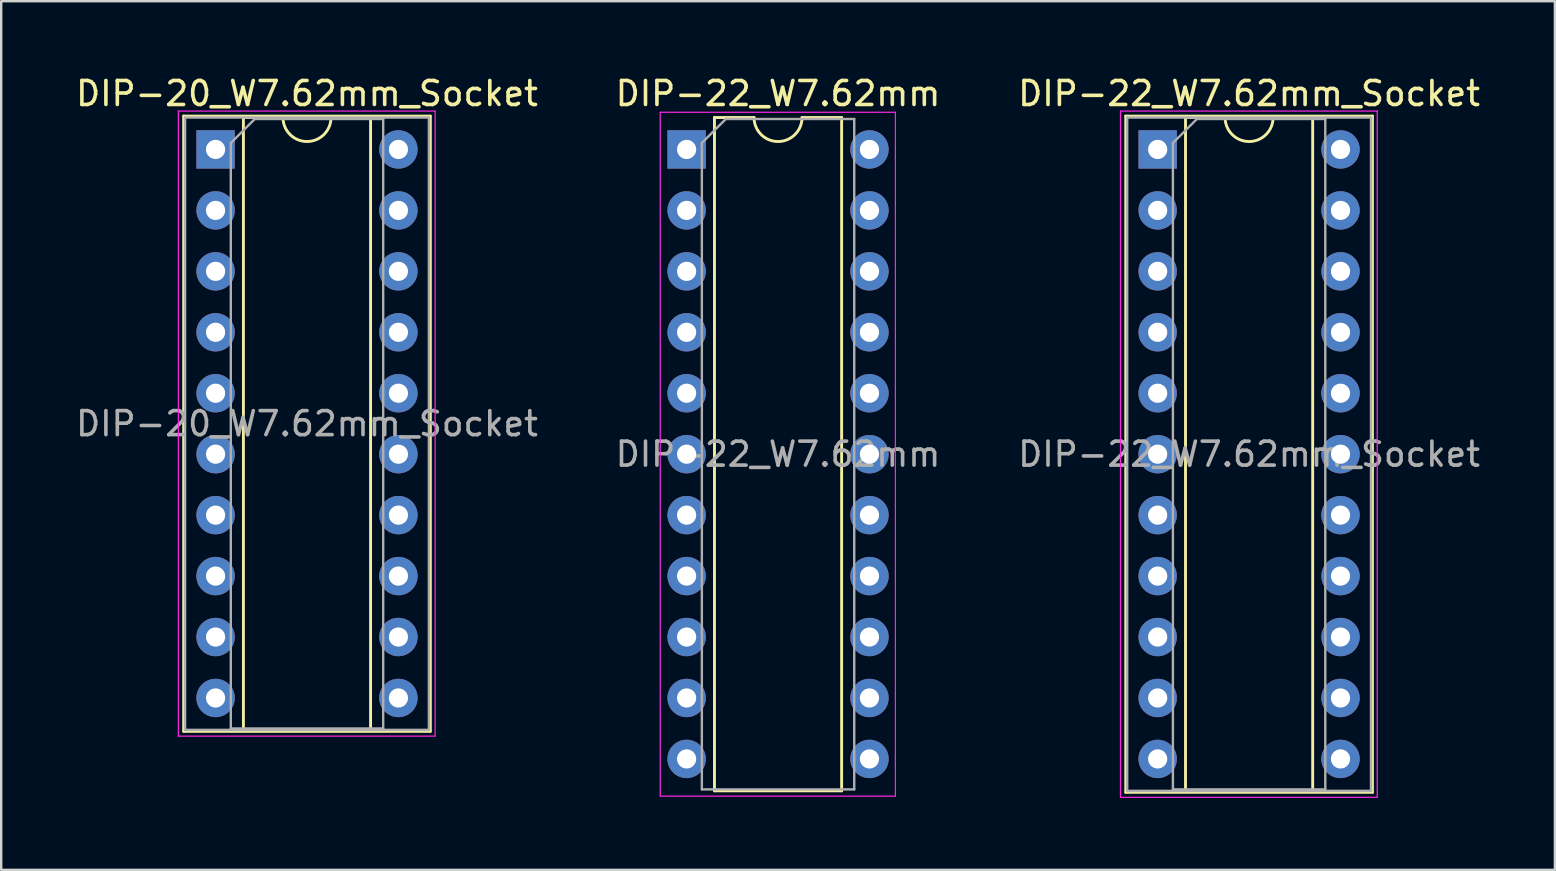
<source format=kicad_pcb>
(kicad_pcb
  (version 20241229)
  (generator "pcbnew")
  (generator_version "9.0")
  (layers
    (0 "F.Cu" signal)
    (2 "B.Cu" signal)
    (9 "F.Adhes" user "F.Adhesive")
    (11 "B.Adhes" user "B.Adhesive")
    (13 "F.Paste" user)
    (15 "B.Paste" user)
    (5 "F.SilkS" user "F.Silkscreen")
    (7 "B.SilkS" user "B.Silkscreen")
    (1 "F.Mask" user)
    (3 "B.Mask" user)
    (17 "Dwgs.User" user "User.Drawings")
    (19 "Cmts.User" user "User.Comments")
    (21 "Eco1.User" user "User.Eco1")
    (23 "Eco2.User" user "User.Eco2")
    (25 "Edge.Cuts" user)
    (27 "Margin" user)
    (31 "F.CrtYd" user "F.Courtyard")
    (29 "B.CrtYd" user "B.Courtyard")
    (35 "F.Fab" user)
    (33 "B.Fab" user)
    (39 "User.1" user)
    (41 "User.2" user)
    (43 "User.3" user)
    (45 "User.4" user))
  (footprint "DIP-20_W7.62mm_Socket"
    (layer "F.Cu")
    (at 5.934 3.178)
    (property "Reference" "DIP-20_W7.62mm_Socket" (at 3.81 -2.33 0) (layer "F.SilkS") (effects (font (size 1 1) (thickness 0.15))))
    (attr through_hole)
    (fp_line (start -1.33 -1.39) (end -1.33 24.25) (stroke (width 0.12) (type solid)) (layer "F.SilkS"))
    (fp_line (start -1.33 24.25) (end 8.95 24.25) (stroke (width 0.12) (type solid)) (layer "F.SilkS"))
    (fp_line (start 1.16 -1.33) (end 1.16 24.19) (stroke (width 0.12) (type solid)) (layer "F.SilkS"))
    (fp_line (start 1.16 24.19) (end 6.46 24.19) (stroke (width 0.12) (type solid)) (layer "F.SilkS"))
    (fp_line (start 2.81 -1.33) (end 1.16 -1.33) (stroke (width 0.12) (type solid)) (layer "F.SilkS"))
    (fp_line (start 6.46 -1.33) (end 4.81 -1.33) (stroke (width 0.12) (type solid)) (layer "F.SilkS"))
    (fp_line (start 6.46 24.19) (end 6.46 -1.33) (stroke (width 0.12) (type solid)) (layer "F.SilkS"))
    (fp_line (start 8.95 -1.39) (end -1.33 -1.39) (stroke (width 0.12) (type solid)) (layer "F.SilkS"))
    (fp_line (start 8.95 24.25) (end 8.95 -1.39) (stroke (width 0.12) (type solid)) (layer "F.SilkS"))
    (fp_arc (start 4.81 -1.33) (mid 3.81 -0.33) (end 2.81 -1.33) (stroke (width 0.12) (type solid)) (layer "F.SilkS"))
    (fp_line (start -1.55 -1.6) (end -1.55 24.45) (stroke (width 0.05) (type solid)) (layer "F.CrtYd"))
    (fp_line (start -1.55 24.45) (end 9.15 24.45) (stroke (width 0.05) (type solid)) (layer "F.CrtYd"))
    (fp_line (start 9.15 -1.6) (end -1.55 -1.6) (stroke (width 0.05) (type solid)) (layer "F.CrtYd"))
    (fp_line (start 9.15 24.45) (end 9.15 -1.6) (stroke (width 0.05) (type solid)) (layer "F.CrtYd"))
    (fp_line (start -1.27 -1.33) (end -1.27 24.19) (stroke (width 0.1) (type solid)) (layer "F.Fab"))
    (fp_line (start -1.27 24.19) (end 8.89 24.19) (stroke (width 0.1) (type solid)) (layer "F.Fab"))
    (fp_line (start 0.635 -0.27) (end 1.635 -1.27) (stroke (width 0.1) (type solid)) (layer "F.Fab"))
    (fp_line (start 0.635 24.13) (end 0.635 -0.27) (stroke (width 0.1) (type solid)) (layer "F.Fab"))
    (fp_line (start 1.635 -1.27) (end 6.985 -1.27) (stroke (width 0.1) (type solid)) (layer "F.Fab"))
    (fp_line (start 6.985 -1.27) (end 6.985 24.13) (stroke (width 0.1) (type solid)) (layer "F.Fab"))
    (fp_line (start 6.985 24.13) (end 0.635 24.13) (stroke (width 0.1) (type solid)) (layer "F.Fab"))
    (fp_line (start 8.89 -1.33) (end -1.27 -1.33) (stroke (width 0.1) (type solid)) (layer "F.Fab"))
    (fp_line (start 8.89 24.19) (end 8.89 -1.33) (stroke (width 0.1) (type solid)) (layer "F.Fab"))
    (fp_text user "${REFERENCE}" (at 3.81 11.43 0) (layer "F.Fab") (effects (font (size 1 1) (thickness 0.15))))
    (pad "1" thru_hole rect (at 0 0) (size 1.6 1.6) (drill 0.8) (layers "*.Cu" "*.Mask"))
    (pad "2" thru_hole oval (at 0 2.54) (size 1.6 1.6) (drill 0.8) (layers "*.Cu" "*.Mask"))
    (pad "3" thru_hole oval (at 0 5.08) (size 1.6 1.6) (drill 0.8) (layers "*.Cu" "*.Mask"))
    (pad "4" thru_hole oval (at 0 7.62) (size 1.6 1.6) (drill 0.8) (layers "*.Cu" "*.Mask"))
    (pad "5" thru_hole oval (at 0 10.16) (size 1.6 1.6) (drill 0.8) (layers "*.Cu" "*.Mask"))
    (pad "6" thru_hole oval (at 0 12.7) (size 1.6 1.6) (drill 0.8) (layers "*.Cu" "*.Mask"))
    (pad "7" thru_hole oval (at 0 15.24) (size 1.6 1.6) (drill 0.8) (layers "*.Cu" "*.Mask"))
    (pad "8" thru_hole oval (at 0 17.78) (size 1.6 1.6) (drill 0.8) (layers "*.Cu" "*.Mask"))
    (pad "9" thru_hole oval (at 0 20.32) (size 1.6 1.6) (drill 0.8) (layers "*.Cu" "*.Mask"))
    (pad "10" thru_hole oval (at 0 22.86) (size 1.6 1.6) (drill 0.8) (layers "*.Cu" "*.Mask"))
    (pad "11" thru_hole oval (at 7.62 22.86) (size 1.6 1.6) (drill 0.8) (layers "*.Cu" "*.Mask"))
    (pad "12" thru_hole oval (at 7.62 20.32) (size 1.6 1.6) (drill 0.8) (layers "*.Cu" "*.Mask"))
    (pad "13" thru_hole oval (at 7.62 17.78) (size 1.6 1.6) (drill 0.8) (layers "*.Cu" "*.Mask"))
    (pad "14" thru_hole oval (at 7.62 15.24) (size 1.6 1.6) (drill 0.8) (layers "*.Cu" "*.Mask"))
    (pad "15" thru_hole oval (at 7.62 12.7) (size 1.6 1.6) (drill 0.8) (layers "*.Cu" "*.Mask"))
    (pad "16" thru_hole oval (at 7.62 10.16) (size 1.6 1.6) (drill 0.8) (layers "*.Cu" "*.Mask"))
    (pad "17" thru_hole oval (at 7.62 7.62) (size 1.6 1.6) (drill 0.8) (layers "*.Cu" "*.Mask"))
    (pad "18" thru_hole oval (at 7.62 5.08) (size 1.6 1.6) (drill 0.8) (layers "*.Cu" "*.Mask"))
    (pad "19" thru_hole oval (at 7.62 2.54) (size 1.6 1.6) (drill 0.8) (layers "*.Cu" "*.Mask"))
    (pad "20" thru_hole oval (at 7.62 0) (size 1.6 1.6) (drill 0.8) (layers "*.Cu" "*.Mask")))
  (footprint "DIP-22_W7.62mm"
    (layer "F.Cu")
    (at 25.565 3.178)
    (property "Reference" "DIP-22_W7.62mm" (at 3.81 -2.33 0) (layer "F.SilkS") (effects (font (size 1 1) (thickness 0.15))))
    (attr through_hole)
    (fp_line (start 1.16 -1.33) (end 1.16 26.73) (stroke (width 0.12) (type solid)) (layer "F.SilkS"))
    (fp_line (start 1.16 26.73) (end 6.46 26.73) (stroke (width 0.12) (type solid)) (layer "F.SilkS"))
    (fp_line (start 2.81 -1.33) (end 1.16 -1.33) (stroke (width 0.12) (type solid)) (layer "F.SilkS"))
    (fp_line (start 6.46 -1.33) (end 4.81 -1.33) (stroke (width 0.12) (type solid)) (layer "F.SilkS"))
    (fp_line (start 6.46 26.73) (end 6.46 -1.33) (stroke (width 0.12) (type solid)) (layer "F.SilkS"))
    (fp_arc (start 4.81 -1.33) (mid 3.81 -0.33) (end 2.81 -1.33) (stroke (width 0.12) (type solid)) (layer "F.SilkS"))
    (fp_line (start -1.1 -1.55) (end -1.1 26.95) (stroke (width 0.05) (type solid)) (layer "F.CrtYd"))
    (fp_line (start -1.1 26.95) (end 8.7 26.95) (stroke (width 0.05) (type solid)) (layer "F.CrtYd"))
    (fp_line (start 8.7 -1.55) (end -1.1 -1.55) (stroke (width 0.05) (type solid)) (layer "F.CrtYd"))
    (fp_line (start 8.7 26.95) (end 8.7 -1.55) (stroke (width 0.05) (type solid)) (layer "F.CrtYd"))
    (fp_line (start 0.635 -0.27) (end 1.635 -1.27) (stroke (width 0.1) (type solid)) (layer "F.Fab"))
    (fp_line (start 0.635 26.67) (end 0.635 -0.27) (stroke (width 0.1) (type solid)) (layer "F.Fab"))
    (fp_line (start 1.635 -1.27) (end 6.985 -1.27) (stroke (width 0.1) (type solid)) (layer "F.Fab"))
    (fp_line (start 6.985 -1.27) (end 6.985 26.67) (stroke (width 0.1) (type solid)) (layer "F.Fab"))
    (fp_line (start 6.985 26.67) (end 0.635 26.67) (stroke (width 0.1) (type solid)) (layer "F.Fab"))
    (fp_text user "${REFERENCE}" (at 3.81 12.7 0) (layer "F.Fab") (effects (font (size 1 1) (thickness 0.15))))
    (pad "1" thru_hole rect (at 0 0) (size 1.6 1.6) (drill 0.8) (layers "*.Cu" "*.Mask"))
    (pad "2" thru_hole oval (at 0 2.54) (size 1.6 1.6) (drill 0.8) (layers "*.Cu" "*.Mask"))
    (pad "3" thru_hole oval (at 0 5.08) (size 1.6 1.6) (drill 0.8) (layers "*.Cu" "*.Mask"))
    (pad "4" thru_hole oval (at 0 7.62) (size 1.6 1.6) (drill 0.8) (layers "*.Cu" "*.Mask"))
    (pad "5" thru_hole oval (at 0 10.16) (size 1.6 1.6) (drill 0.8) (layers "*.Cu" "*.Mask"))
    (pad "6" thru_hole oval (at 0 12.7) (size 1.6 1.6) (drill 0.8) (layers "*.Cu" "*.Mask"))
    (pad "7" thru_hole oval (at 0 15.24) (size 1.6 1.6) (drill 0.8) (layers "*.Cu" "*.Mask"))
    (pad "8" thru_hole oval (at 0 17.78) (size 1.6 1.6) (drill 0.8) (layers "*.Cu" "*.Mask"))
    (pad "9" thru_hole oval (at 0 20.32) (size 1.6 1.6) (drill 0.8) (layers "*.Cu" "*.Mask"))
    (pad "10" thru_hole oval (at 0 22.86) (size 1.6 1.6) (drill 0.8) (layers "*.Cu" "*.Mask"))
    (pad "11" thru_hole oval (at 0 25.4) (size 1.6 1.6) (drill 0.8) (layers "*.Cu" "*.Mask"))
    (pad "12" thru_hole oval (at 7.62 25.4) (size 1.6 1.6) (drill 0.8) (layers "*.Cu" "*.Mask"))
    (pad "13" thru_hole oval (at 7.62 22.86) (size 1.6 1.6) (drill 0.8) (layers "*.Cu" "*.Mask"))
    (pad "14" thru_hole oval (at 7.62 20.32) (size 1.6 1.6) (drill 0.8) (layers "*.Cu" "*.Mask"))
    (pad "15" thru_hole oval (at 7.62 17.78) (size 1.6 1.6) (drill 0.8) (layers "*.Cu" "*.Mask"))
    (pad "16" thru_hole oval (at 7.62 15.24) (size 1.6 1.6) (drill 0.8) (layers "*.Cu" "*.Mask"))
    (pad "17" thru_hole oval (at 7.62 12.7) (size 1.6 1.6) (drill 0.8) (layers "*.Cu" "*.Mask"))
    (pad "18" thru_hole oval (at 7.62 10.16) (size 1.6 1.6) (drill 0.8) (layers "*.Cu" "*.Mask"))
    (pad "19" thru_hole oval (at 7.62 7.62) (size 1.6 1.6) (drill 0.8) (layers "*.Cu" "*.Mask"))
    (pad "20" thru_hole oval (at 7.62 5.08) (size 1.6 1.6) (drill 0.8) (layers "*.Cu" "*.Mask"))
    (pad "21" thru_hole oval (at 7.62 2.54) (size 1.6 1.6) (drill 0.8) (layers "*.Cu" "*.Mask"))
    (pad "22" thru_hole oval (at 7.62 0) (size 1.6 1.6) (drill 0.8) (layers "*.Cu" "*.Mask")))
  (footprint "DIP-22_W7.62mm_Socket"
    (layer "F.Cu")
    (at 45.196 3.178)
    (property "Reference" "DIP-22_W7.62mm_Socket" (at 3.81 -2.33 0) (layer "F.SilkS") (effects (font (size 1 1) (thickness 0.15))))
    (attr through_hole)
    (fp_line (start -1.33 -1.39) (end -1.33 26.79) (stroke (width 0.12) (type solid)) (layer "F.SilkS"))
    (fp_line (start -1.33 26.79) (end 8.95 26.79) (stroke (width 0.12) (type solid)) (layer "F.SilkS"))
    (fp_line (start 1.16 -1.33) (end 1.16 26.73) (stroke (width 0.12) (type solid)) (layer "F.SilkS"))
    (fp_line (start 1.16 26.73) (end 6.46 26.73) (stroke (width 0.12) (type solid)) (layer "F.SilkS"))
    (fp_line (start 2.81 -1.33) (end 1.16 -1.33) (stroke (width 0.12) (type solid)) (layer "F.SilkS"))
    (fp_line (start 6.46 -1.33) (end 4.81 -1.33) (stroke (width 0.12) (type solid)) (layer "F.SilkS"))
    (fp_line (start 6.46 26.73) (end 6.46 -1.33) (stroke (width 0.12) (type solid)) (layer "F.SilkS"))
    (fp_line (start 8.95 -1.39) (end -1.33 -1.39) (stroke (width 0.12) (type solid)) (layer "F.SilkS"))
    (fp_line (start 8.95 26.79) (end 8.95 -1.39) (stroke (width 0.12) (type solid)) (layer "F.SilkS"))
    (fp_arc (start 4.81 -1.33) (mid 3.81 -0.33) (end 2.81 -1.33) (stroke (width 0.12) (type solid)) (layer "F.SilkS"))
    (fp_line (start -1.55 -1.6) (end -1.55 27) (stroke (width 0.05) (type solid)) (layer "F.CrtYd"))
    (fp_line (start -1.55 27) (end 9.15 27) (stroke (width 0.05) (type solid)) (layer "F.CrtYd"))
    (fp_line (start 9.15 -1.6) (end -1.55 -1.6) (stroke (width 0.05) (type solid)) (layer "F.CrtYd"))
    (fp_line (start 9.15 27) (end 9.15 -1.6) (stroke (width 0.05) (type solid)) (layer "F.CrtYd"))
    (fp_line (start -1.27 -1.33) (end -1.27 26.73) (stroke (width 0.1) (type solid)) (layer "F.Fab"))
    (fp_line (start -1.27 26.73) (end 8.89 26.73) (stroke (width 0.1) (type solid)) (layer "F.Fab"))
    (fp_line (start 0.635 -0.27) (end 1.635 -1.27) (stroke (width 0.1) (type solid)) (layer "F.Fab"))
    (fp_line (start 0.635 26.67) (end 0.635 -0.27) (stroke (width 0.1) (type solid)) (layer "F.Fab"))
    (fp_line (start 1.635 -1.27) (end 6.985 -1.27) (stroke (width 0.1) (type solid)) (layer "F.Fab"))
    (fp_line (start 6.985 -1.27) (end 6.985 26.67) (stroke (width 0.1) (type solid)) (layer "F.Fab"))
    (fp_line (start 6.985 26.67) (end 0.635 26.67) (stroke (width 0.1) (type solid)) (layer "F.Fab"))
    (fp_line (start 8.89 -1.33) (end -1.27 -1.33) (stroke (width 0.1) (type solid)) (layer "F.Fab"))
    (fp_line (start 8.89 26.73) (end 8.89 -1.33) (stroke (width 0.1) (type solid)) (layer "F.Fab"))
    (fp_text user "${REFERENCE}" (at 3.81 12.7 0) (layer "F.Fab") (effects (font (size 1 1) (thickness 0.15))))
    (pad "1" thru_hole rect (at 0 0) (size 1.6 1.6) (drill 0.8) (layers "*.Cu" "*.Mask"))
    (pad "2" thru_hole oval (at 0 2.54) (size 1.6 1.6) (drill 0.8) (layers "*.Cu" "*.Mask"))
    (pad "3" thru_hole oval (at 0 5.08) (size 1.6 1.6) (drill 0.8) (layers "*.Cu" "*.Mask"))
    (pad "4" thru_hole oval (at 0 7.62) (size 1.6 1.6) (drill 0.8) (layers "*.Cu" "*.Mask"))
    (pad "5" thru_hole oval (at 0 10.16) (size 1.6 1.6) (drill 0.8) (layers "*.Cu" "*.Mask"))
    (pad "6" thru_hole oval (at 0 12.7) (size 1.6 1.6) (drill 0.8) (layers "*.Cu" "*.Mask"))
    (pad "7" thru_hole oval (at 0 15.24) (size 1.6 1.6) (drill 0.8) (layers "*.Cu" "*.Mask"))
    (pad "8" thru_hole oval (at 0 17.78) (size 1.6 1.6) (drill 0.8) (layers "*.Cu" "*.Mask"))
    (pad "9" thru_hole oval (at 0 20.32) (size 1.6 1.6) (drill 0.8) (layers "*.Cu" "*.Mask"))
    (pad "10" thru_hole oval (at 0 22.86) (size 1.6 1.6) (drill 0.8) (layers "*.Cu" "*.Mask"))
    (pad "11" thru_hole oval (at 0 25.4) (size 1.6 1.6) (drill 0.8) (layers "*.Cu" "*.Mask"))
    (pad "12" thru_hole oval (at 7.62 25.4) (size 1.6 1.6) (drill 0.8) (layers "*.Cu" "*.Mask"))
    (pad "13" thru_hole oval (at 7.62 22.86) (size 1.6 1.6) (drill 0.8) (layers "*.Cu" "*.Mask"))
    (pad "14" thru_hole oval (at 7.62 20.32) (size 1.6 1.6) (drill 0.8) (layers "*.Cu" "*.Mask"))
    (pad "15" thru_hole oval (at 7.62 17.78) (size 1.6 1.6) (drill 0.8) (layers "*.Cu" "*.Mask"))
    (pad "16" thru_hole oval (at 7.62 15.24) (size 1.6 1.6) (drill 0.8) (layers "*.Cu" "*.Mask"))
    (pad "17" thru_hole oval (at 7.62 12.7) (size 1.6 1.6) (drill 0.8) (layers "*.Cu" "*.Mask"))
    (pad "18" thru_hole oval (at 7.62 10.16) (size 1.6 1.6) (drill 0.8) (layers "*.Cu" "*.Mask"))
    (pad "19" thru_hole oval (at 7.62 7.62) (size 1.6 1.6) (drill 0.8) (layers "*.Cu" "*.Mask"))
    (pad "20" thru_hole oval (at 7.62 5.08) (size 1.6 1.6) (drill 0.8) (layers "*.Cu" "*.Mask"))
    (pad "21" thru_hole oval (at 7.62 2.54) (size 1.6 1.6) (drill 0.8) (layers "*.Cu" "*.Mask"))
    (pad "22" thru_hole oval (at 7.62 0) (size 1.6 1.6) (drill 0.8) (layers "*.Cu" "*.Mask")))
  (gr_rect
    (start -3 -3)
    (end 61.75 33.203)
    (stroke (width 0.1) (type default))
    (fill no)
    (layer "Edge.Cuts")))
</source>
